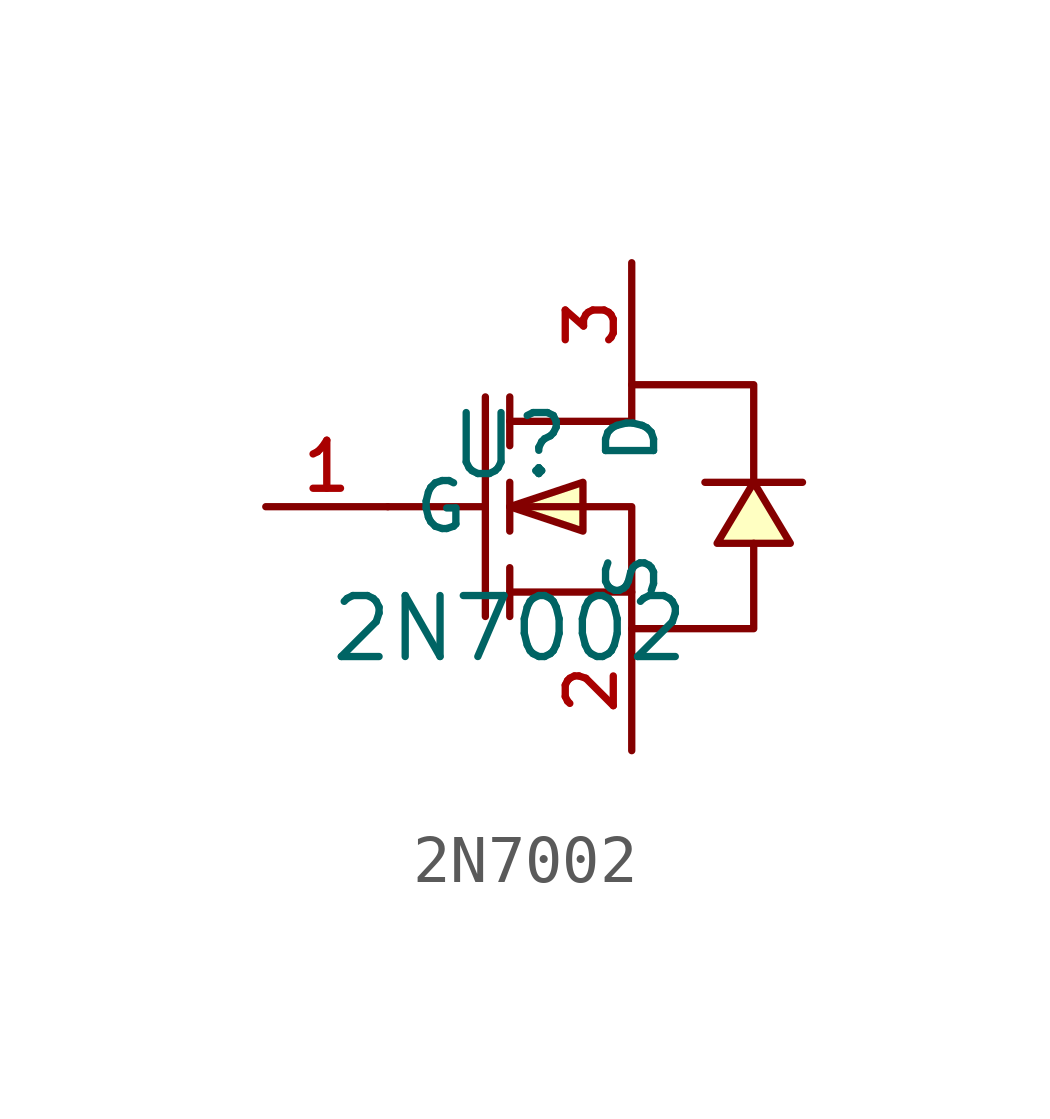
<source format=kicad_sym>
(kicad_symbol_lib
  (version 20210201)
  (generator TousstNicolas/JLC2KiCad_lib)
  (symbol "2N7002"
    (property "Reference" "U"
      (at 0 1.27 0)
      (effects (font (size 1.27 1.27))))
    (property "Value" "2N7002"
      (at 0 -2.54 0)
      (effects (font (size 1.27 1.27))))
    (symbol "2N7002_0_1"
      (polyline (pts (xy 0.0 -0.0) (xy 1.524 -0.508) (xy 1.524 0.508) (xy 0.0 -0.0)) (stroke (width 0) (type default) (color 0 0 0 0)) (fill (type background)))
      (polyline (pts (xy 5.08 0.508) (xy 4.318 -0.762) (xy 5.842 -0.762) (xy 5.08 0.508)) (stroke (width 0) (type default) (color 0 0 0 0)) (fill (type background)))
      (polyline (pts (xy 0.0 1.778) (xy 2.54 1.778) (xy 2.54 2.54) (xy 5.08 2.54) (xy 5.08 0.508)) (stroke (width 0) (type default) (color 0 0 0 0)) (fill (type none)))
      (polyline (pts (xy 0.0 -0.0) (xy 2.54 -0.0) (xy 2.54 -2.54) (xy 5.08 -2.54) (xy 5.08 -0.762)) (stroke (width 0) (type default) (color 0 0 0 0)) (fill (type none)))
      (polyline (pts (xy 2.54 -1.778) (xy 0.0 -1.778)) (stroke (width 0) (type default) (color 0 0 0 0)) (fill (type none)))
      (polyline (pts (xy -0.508 2.286) (xy -0.508 -2.286)) (stroke (width 0) (type default) (color 0 0 0 0)) (fill (type none)))
      (polyline (pts (xy 0.0 2.286) (xy 0.0 1.27)) (stroke (width 0) (type default) (color 0 0 0 0)) (fill (type none)))
      (polyline (pts (xy 0.0 -0.508) (xy 0.0 0.508)) (stroke (width 0) (type default) (color 0 0 0 0)) (fill (type none)))
      (polyline (pts (xy 0.0 -2.286) (xy 0.0 -1.27)) (stroke (width 0) (type default) (color 0 0 0 0)) (fill (type none)))
      (polyline (pts (xy -2.54 -0.0) (xy -0.508 -0.0)) (stroke (width 0) (type default) (color 0 0 0 0)) (fill (type none)))
      (polyline (pts (xy 6.096 0.508) (xy 5.588 0.508) (xy 4.572 0.508) (xy 4.064 0.508)) (stroke (width 0) (type default) (color 0 0 0 0)) (fill (type none)))
      (pin unspecified line (at 2.54 5.08 270) (length 2.54) (name "D" (effects (font (size 1 1)))) (number "3" (effects (font (size 1 1)))))
      (pin unspecified line (at -5.08 -0.0 0) (length 2.54) (name "G" (effects (font (size 1 1)))) (number "1" (effects (font (size 1 1)))))
      (pin unspecified line (at 2.54 -5.08 90) (length 2.54) (name "S" (effects (font (size 1 1)))) (number "2" (effects (font (size 1 1))))))))
</source>
